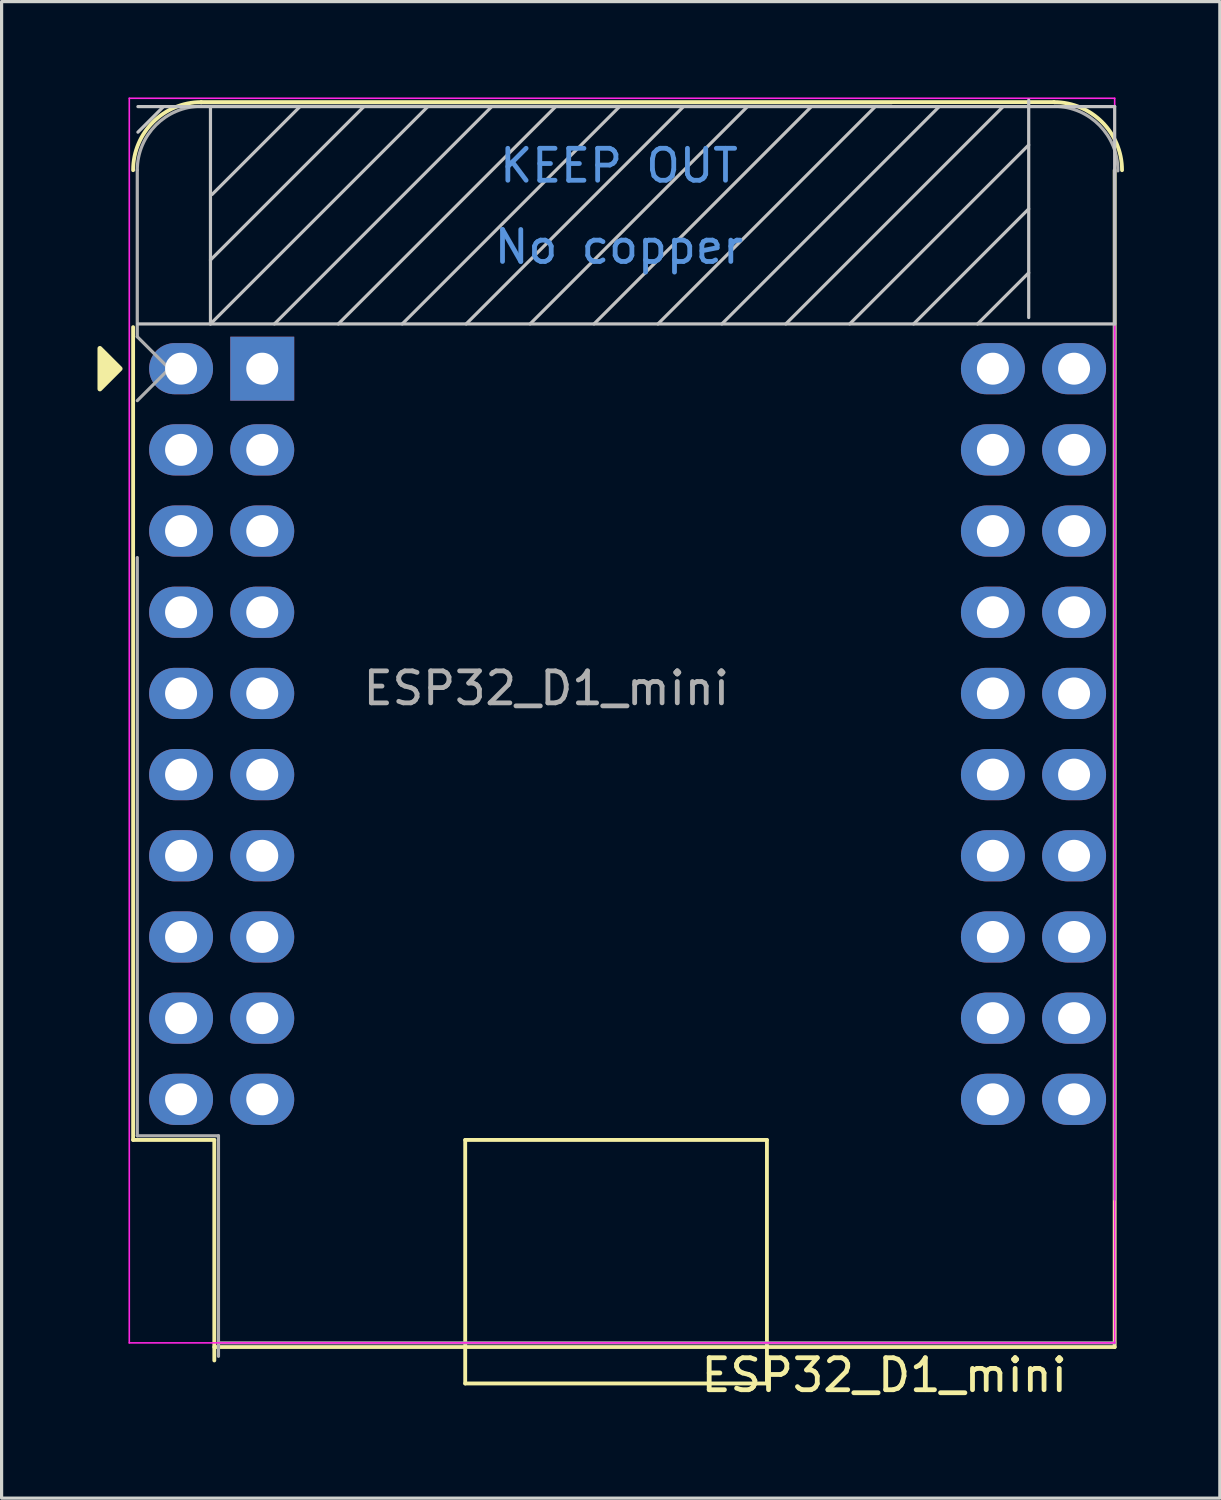
<source format=kicad_pcb>
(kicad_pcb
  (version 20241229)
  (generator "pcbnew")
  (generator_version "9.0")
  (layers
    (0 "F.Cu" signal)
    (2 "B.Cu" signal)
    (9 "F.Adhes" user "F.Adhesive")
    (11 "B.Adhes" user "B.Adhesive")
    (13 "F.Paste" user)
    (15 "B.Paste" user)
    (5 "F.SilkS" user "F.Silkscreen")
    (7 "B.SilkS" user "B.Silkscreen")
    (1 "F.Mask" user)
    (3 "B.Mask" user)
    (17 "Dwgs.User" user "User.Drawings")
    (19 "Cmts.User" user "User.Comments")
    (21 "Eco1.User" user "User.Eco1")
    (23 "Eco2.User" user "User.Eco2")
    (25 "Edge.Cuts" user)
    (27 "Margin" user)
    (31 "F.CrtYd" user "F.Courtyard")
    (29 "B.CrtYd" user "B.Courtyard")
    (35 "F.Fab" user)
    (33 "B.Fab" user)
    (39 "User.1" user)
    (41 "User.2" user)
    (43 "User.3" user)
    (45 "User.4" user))
  (footprint "ESP32_D1_mini"
    (layer "F.Cu")
    (at 2.615 8.485)
    (property "Reference" "ESP32_D1_mini" (at 22 31.49 0) (layer "F.SilkS") (effects (font (size 1 1) (thickness 0.15))))
    (attr through_hole)
    (fp_line (start -1.5 24.13) (end -1.5 -1.3) (stroke (width 0.12) (type solid)) (layer "F.SilkS"))
    (fp_line (start -1.5 24.13) (end 1.04 24.13) (stroke (width 0.12) (type solid)) (layer "F.SilkS"))
    (fp_line (start 1.04 24.13) (end 1.04 31.03) (stroke (width 0.12) (type solid)) (layer "F.SilkS"))
    (fp_line (start 1.04 30.61) (end 29.21 30.61) (stroke (width 0.12) (type solid)) (layer "F.SilkS"))
    (fp_line (start 8.89 24.13) (end 8.89 31.75) (stroke (width 0.12) (type solid)) (layer "F.SilkS"))
    (fp_line (start 8.89 24.13) (end 18.33 24.13) (stroke (width 0.12) (type solid)) (layer "F.SilkS"))
    (fp_line (start 8.89 31.75) (end 18.33 31.75) (stroke (width 0.12) (type solid)) (layer "F.SilkS"))
    (fp_line (start 18.33 24.13) (end 18.33 31.75) (stroke (width 0.12) (type solid)) (layer "F.SilkS"))
    (fp_line (start 27.31 -8.34) (end 0.63 -8.34) (stroke (width 0.12) (type solid)) (layer "F.SilkS"))
    (fp_line (start 29.21 30.61) (end 29.21 -6.21) (stroke (width 0.12) (type solid)) (layer "F.SilkS"))
    (fp_arc (start -1.5 -6.21) (mid -0.876137 -7.716137) (end 0.63 -8.34) (stroke (width 0.12) (type solid)) (layer "F.SilkS"))
    (fp_arc (start 27.31 -8.34) (mid 28.816137 -7.716137) (end 29.44 -6.21) (stroke (width 0.12) (type solid)) (layer "F.SilkS"))
    (fp_poly (pts (xy -2.54 -0.635) (xy -2.54 0.635) (xy -1.905 0)) (stroke (width 0.15) (type solid)) (fill yes) (layer "F.SilkS"))
    (fp_line (start -1.35 -7.4) (end -0.55 -8.2) (stroke (width 0.1) (type solid)) (layer "Dwgs.User"))
    (fp_line (start -1.35 -1.4) (end 29.21 -1.4) (stroke (width 0.1) (type solid)) (layer "Dwgs.User"))
    (fp_line (start 0.92 -8.2) (end 0.92 -1.4) (stroke (width 0.1) (type solid)) (layer "Dwgs.User"))
    (fp_line (start 0.92 -3.4) (end 5.72 -8.2) (stroke (width 0.1) (type solid)) (layer "Dwgs.User"))
    (fp_line (start 0.92 -1.4) (end 7.72 -8.2) (stroke (width 0.1) (type solid)) (layer "Dwgs.User"))
    (fp_line (start 0.97 -5.45) (end 3.72 -8.2) (stroke (width 0.1) (type solid)) (layer "Dwgs.User"))
    (fp_line (start 2.92 -1.4) (end 9.72 -8.2) (stroke (width 0.1) (type solid)) (layer "Dwgs.User"))
    (fp_line (start 4.92 -1.4) (end 11.72 -8.2) (stroke (width 0.1) (type solid)) (layer "Dwgs.User"))
    (fp_line (start 6.92 -1.4) (end 13.72 -8.2) (stroke (width 0.1) (type solid)) (layer "Dwgs.User"))
    (fp_line (start 8.92 -1.4) (end 15.72 -8.2) (stroke (width 0.1) (type solid)) (layer "Dwgs.User"))
    (fp_line (start 10.92 -1.4) (end 17.72 -8.2) (stroke (width 0.1) (type solid)) (layer "Dwgs.User"))
    (fp_line (start 12.92 -1.4) (end 19.72 -8.2) (stroke (width 0.1) (type solid)) (layer "Dwgs.User"))
    (fp_line (start 14.92 -1.4) (end 21.72 -8.2) (stroke (width 0.1) (type solid)) (layer "Dwgs.User"))
    (fp_line (start 16.92 -1.4) (end 23.72 -8.2) (stroke (width 0.1) (type solid)) (layer "Dwgs.User"))
    (fp_line (start 18.92 -1.4) (end 25.72 -8.2) (stroke (width 0.1) (type solid)) (layer "Dwgs.User"))
    (fp_line (start 20.92 -1.4) (end 26.52 -7) (stroke (width 0.1) (type solid)) (layer "Dwgs.User"))
    (fp_line (start 22.92 -1.4) (end 26.52 -5) (stroke (width 0.1) (type solid)) (layer "Dwgs.User"))
    (fp_line (start 24.92 -1.4) (end 26.52 -3) (stroke (width 0.1) (type solid)) (layer "Dwgs.User"))
    (fp_line (start 26.52 -8.4) (end 26.52 -1.6) (stroke (width 0.1) (type solid)) (layer "Dwgs.User"))
    (fp_line (start 29.21 -8.2) (end -1.35 -8.2) (stroke (width 0.1) (type solid)) (layer "Dwgs.User"))
    (fp_line (start 29.21 -1.4) (end 29.21 -8.2) (stroke (width 0.1) (type solid)) (layer "Dwgs.User"))
    (fp_line (start -1.62 -8.46) (end 29.21 -8.46) (stroke (width 0.05) (type solid)) (layer "F.CrtYd"))
    (fp_line (start -1.62 30.48) (end -1.62 -8.46) (stroke (width 0.05) (type solid)) (layer "F.CrtYd"))
    (fp_line (start 29.21 -8.46) (end 29.21 30.48) (stroke (width 0.05) (type solid)) (layer "F.CrtYd"))
    (fp_line (start 29.21 30.48) (end -1.62 30.48) (stroke (width 0.05) (type solid)) (layer "F.CrtYd"))
    (fp_line (start -1.37 -6.21) (end -1.37 -1) (stroke (width 0.1) (type solid)) (layer "F.Fab"))
    (fp_line (start -1.37 1) (end -0.37 0) (stroke (width 0.1) (type solid)) (layer "F.Fab"))
    (fp_line (start -1.37 5.91) (end -1.37 24) (stroke (width 0.1) (type solid)) (layer "F.Fab"))
    (fp_line (start -1.37 24) (end 1.17 24) (stroke (width 0.1) (type solid)) (layer "F.Fab"))
    (fp_line (start -0.37 0) (end -1.37 -1) (stroke (width 0.1) (type solid)) (layer "F.Fab"))
    (fp_line (start 1.17 24) (end 1.17 30.9) (stroke (width 0.1) (type solid)) (layer "F.Fab"))
    (fp_line (start 1.17 30.48) (end 29.21 30.48) (stroke (width 0.1) (type solid)) (layer "F.Fab"))
    (fp_line (start 22.23 -8.21) (end 0.63 -8.21) (stroke (width 0.1) (type solid)) (layer "F.Fab"))
    (fp_line (start 29.21 25.99) (end 29.21 -6.19) (stroke (width 0.1) (type solid)) (layer "F.Fab"))
    (fp_arc (start -1.37 -6.21) (mid -0.784214 -7.624214) (end 0.63 -8.21) (stroke (width 0.1) (type solid)) (layer "F.Fab"))
    (fp_arc (start 27.33 -8.21) (mid 28.738356 -7.610071) (end 29.31 -6.19) (stroke (width 0.1) (type solid)) (layer "F.Fab"))
    (fp_text user "KEEP OUT" (at 13.7 -6.35 0) (layer "Cmts.User") (effects (font (size 1 1) (thickness 0.15))))
    (fp_text user "No copper" (at 13.7 -3.81 0) (layer "Cmts.User") (effects (font (size 1 1) (thickness 0.15))))
    (fp_text user "${REFERENCE}" (at 11.43 10 0) (layer "F.Fab") (effects (font (size 1 1) (thickness 0.15))))
    (pad "1" thru_hole rect (at 2.54 0) (size 2 2) (drill 1) (layers "*.Cu" "*.Mask"))
    (pad "2" thru_hole oval (at 2.54 2.54) (size 2 1.6) (drill 1) (layers "*.Cu" "*.Mask"))
    (pad "3" thru_hole oval (at 2.54 5.08) (size 2 1.6) (drill 1) (layers "*.Cu" "*.Mask"))
    (pad "4" thru_hole oval (at 2.54 7.62) (size 2 1.6) (drill 1) (layers "*.Cu" "*.Mask"))
    (pad "5" thru_hole oval (at 2.54 10.16) (size 2 1.6) (drill 1) (layers "*.Cu" "*.Mask"))
    (pad "6" thru_hole oval (at 2.54 12.7) (size 2 1.6) (drill 1) (layers "*.Cu" "*.Mask"))
    (pad "7" thru_hole oval (at 2.54 15.24) (size 2 1.6) (drill 1) (layers "*.Cu" "*.Mask"))
    (pad "8" thru_hole oval (at 2.54 17.78) (size 2 1.6) (drill 1) (layers "*.Cu" "*.Mask"))
    (pad "9" thru_hole oval (at 2.54 20.32) (size 2 1.6) (drill 1) (layers "*.Cu" "*.Mask"))
    (pad "10" thru_hole oval (at 2.54 22.86) (size 2 1.6) (drill 1) (layers "*.Cu" "*.Mask"))
    (pad "11" thru_hole oval (at 0 0) (size 2 1.6) (drill 1) (layers "*.Cu" "*.Mask"))
    (pad "12" thru_hole oval (at 0 2.54) (size 2 1.6) (drill 1) (layers "*.Cu" "*.Mask"))
    (pad "13" thru_hole oval (at 0 5.08) (size 2 1.6) (drill 1) (layers "*.Cu" "*.Mask"))
    (pad "14" thru_hole oval (at 0 7.62) (size 2 1.6) (drill 1) (layers "*.Cu" "*.Mask"))
    (pad "15" thru_hole oval (at 0 10.16) (size 2 1.6) (drill 1) (layers "*.Cu" "*.Mask"))
    (pad "16" thru_hole oval (at 0 12.7) (size 2 1.6) (drill 1) (layers "*.Cu" "*.Mask"))
    (pad "17" thru_hole oval (at 0 15.24) (size 2 1.6) (drill 1) (layers "*.Cu" "*.Mask"))
    (pad "18" thru_hole oval (at 0 17.78) (size 2 1.6) (drill 1) (layers "*.Cu" "*.Mask"))
    (pad "19" thru_hole oval (at 0 20.32) (size 2 1.6) (drill 1) (layers "*.Cu" "*.Mask"))
    (pad "20" thru_hole oval (at 0 22.86) (size 2 1.6) (drill 1) (layers "*.Cu" "*.Mask"))
    (pad "21" thru_hole oval (at 25.4 0) (size 2 1.6) (drill 1) (layers "*.Cu" "*.Mask"))
    (pad "22" thru_hole oval (at 25.4 2.54) (size 2 1.6) (drill 1) (layers "*.Cu" "*.Mask"))
    (pad "23" thru_hole oval (at 25.4 5.08) (size 2 1.6) (drill 1) (layers "*.Cu" "*.Mask"))
    (pad "24" thru_hole oval (at 25.4 7.62) (size 2 1.6) (drill 1) (layers "*.Cu" "*.Mask"))
    (pad "25" thru_hole oval (at 25.4 10.16) (size 2 1.6) (drill 1) (layers "*.Cu" "*.Mask"))
    (pad "26" thru_hole oval (at 25.4 12.7) (size 2 1.6) (drill 1) (layers "*.Cu" "*.Mask"))
    (pad "27" thru_hole oval (at 25.4 15.24) (size 2 1.6) (drill 1) (layers "*.Cu" "*.Mask"))
    (pad "28" thru_hole oval (at 25.4 17.78) (size 2 1.6) (drill 1) (layers "*.Cu" "*.Mask"))
    (pad "29" thru_hole oval (at 25.4 20.32) (size 2 1.6) (drill 1) (layers "*.Cu" "*.Mask"))
    (pad "30" thru_hole oval (at 25.4 22.86) (size 2 1.6) (drill 1) (layers "*.Cu" "*.Mask"))
    (pad "31" thru_hole oval (at 27.94 0) (size 2 1.6) (drill 1) (layers "*.Cu" "*.Mask"))
    (pad "32" thru_hole oval (at 27.94 2.54) (size 2 1.6) (drill 1) (layers "*.Cu" "*.Mask"))
    (pad "33" thru_hole oval (at 27.94 5.08) (size 2 1.6) (drill 1) (layers "*.Cu" "*.Mask"))
    (pad "34" thru_hole oval (at 27.94 7.62) (size 2 1.6) (drill 1) (layers "*.Cu" "*.Mask"))
    (pad "35" thru_hole oval (at 27.94 10.16) (size 2 1.6) (drill 1) (layers "*.Cu" "*.Mask"))
    (pad "36" thru_hole oval (at 27.94 12.7) (size 2 1.6) (drill 1) (layers "*.Cu" "*.Mask"))
    (pad "37" thru_hole oval (at 27.94 15.24) (size 2 1.6) (drill 1) (layers "*.Cu" "*.Mask"))
    (pad "38" thru_hole oval (at 27.94 17.78) (size 2 1.6) (drill 1) (layers "*.Cu" "*.Mask"))
    (pad "39" thru_hole oval (at 27.94 20.32) (size 2 1.6) (drill 1) (layers "*.Cu" "*.Mask"))
    (pad "40" thru_hole oval (at 27.94 22.86) (size 2 1.6) (drill 1) (layers "*.Cu" "*.Mask")))
  (gr_rect
    (start -3 -3)
    (end 35.115 43.823)
    (stroke (width 0.1) (type default))
    (fill no)
    (layer "Edge.Cuts")))
</source>
